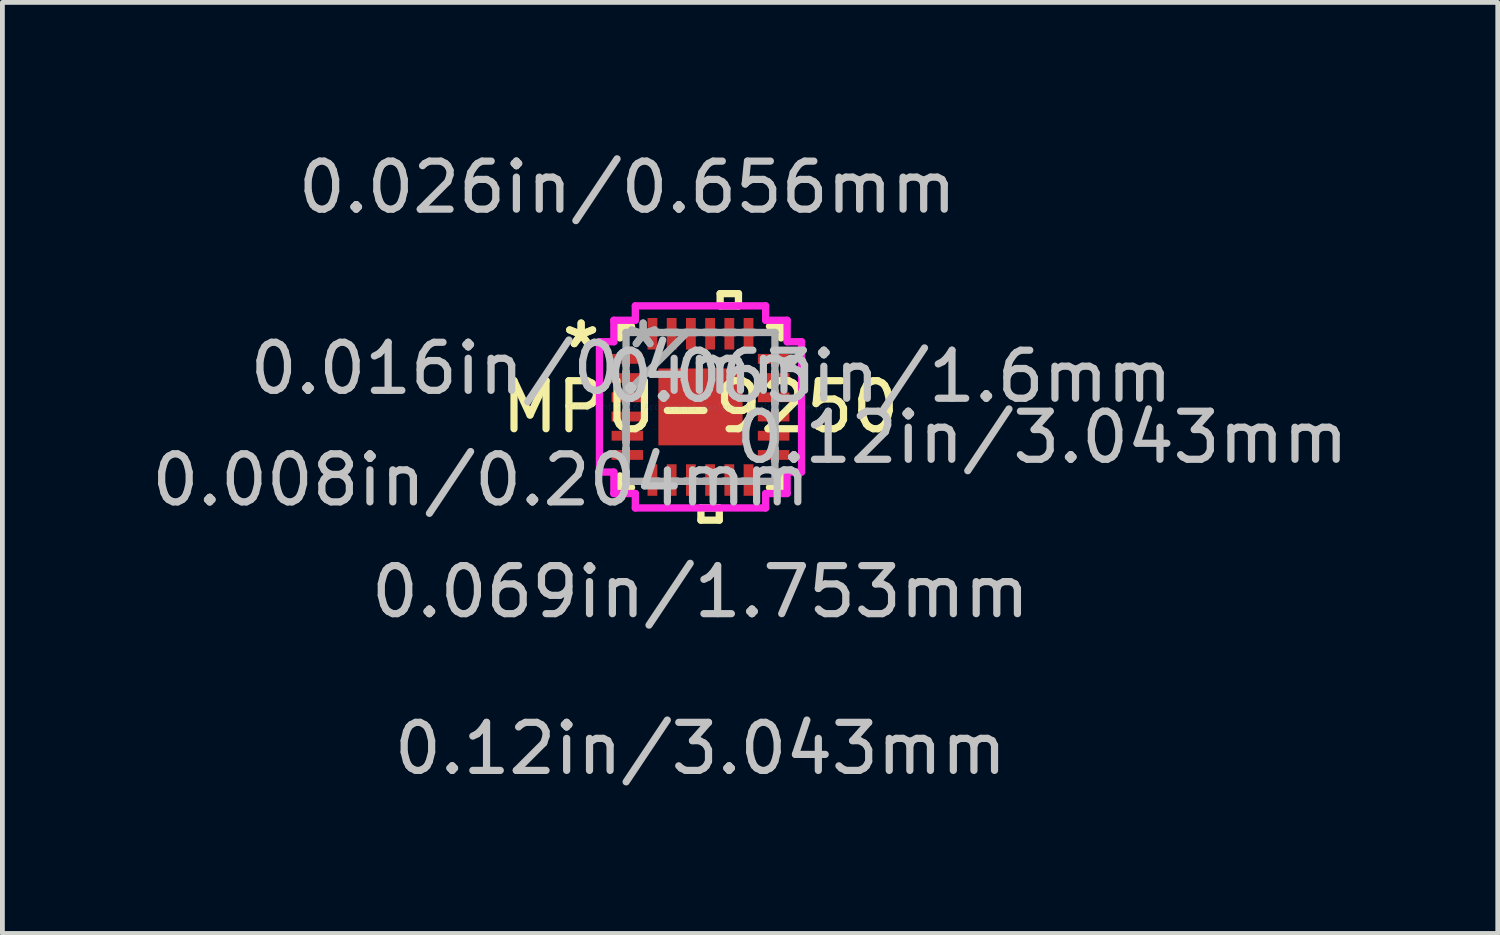
<source format=kicad_pcb>
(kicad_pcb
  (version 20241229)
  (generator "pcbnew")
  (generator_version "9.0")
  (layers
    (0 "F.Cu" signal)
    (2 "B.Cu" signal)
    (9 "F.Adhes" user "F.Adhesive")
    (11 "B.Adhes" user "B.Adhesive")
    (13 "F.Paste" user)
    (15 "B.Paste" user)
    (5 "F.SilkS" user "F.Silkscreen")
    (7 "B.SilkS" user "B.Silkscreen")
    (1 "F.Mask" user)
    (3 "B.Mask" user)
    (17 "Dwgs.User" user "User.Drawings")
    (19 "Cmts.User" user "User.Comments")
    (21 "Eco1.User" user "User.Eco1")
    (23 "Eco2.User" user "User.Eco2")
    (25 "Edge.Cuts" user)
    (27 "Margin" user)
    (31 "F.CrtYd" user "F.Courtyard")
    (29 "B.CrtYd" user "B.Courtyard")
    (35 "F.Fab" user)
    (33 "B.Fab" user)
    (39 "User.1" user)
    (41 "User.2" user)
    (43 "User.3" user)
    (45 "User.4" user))
  (footprint "MPU-9250"
    (layer "F.Cu")
    (at 11.528 5.418)
    (property "Reference" "MPU-9250" (at 0 0 0) (layer "F.SilkS") (effects (font (size 1 1) (thickness 0.15))))
    (attr through_hole)
    (fp_line (start -1.676 -1.676) (end -1.676 -1.435) (stroke (width 0.152) (type solid)) (layer "F.SilkS"))
    (fp_line (start -1.676 1.435) (end -1.676 1.676) (stroke (width 0.152) (type solid)) (layer "F.SilkS"))
    (fp_line (start -1.676 1.676) (end -1.435 1.676) (stroke (width 0.152) (type solid)) (layer "F.SilkS"))
    (fp_line (start -1.435 -1.676) (end -1.676 -1.676) (stroke (width 0.152) (type solid)) (layer "F.SilkS"))
    (fp_line (start 0.009 2.103) (end 0.009 2.357) (stroke (width 0.152) (type solid)) (layer "F.SilkS"))
    (fp_line (start 0.009 2.357) (end 0.391 2.357) (stroke (width 0.152) (type solid)) (layer "F.SilkS"))
    (fp_line (start 0.391 2.103) (end 0.009 2.103) (stroke (width 0.152) (type solid)) (layer "F.SilkS"))
    (fp_line (start 0.391 2.357) (end 0.391 2.103) (stroke (width 0.152) (type solid)) (layer "F.SilkS"))
    (fp_line (start 0.409 -2.357) (end 0.79 -2.357) (stroke (width 0.152) (type solid)) (layer "F.SilkS"))
    (fp_line (start 0.409 -2.103) (end 0.409 -2.357) (stroke (width 0.152) (type solid)) (layer "F.SilkS"))
    (fp_line (start 0.79 -2.357) (end 0.79 -2.103) (stroke (width 0.152) (type solid)) (layer "F.SilkS"))
    (fp_line (start 0.79 -2.103) (end 0.409 -2.103) (stroke (width 0.152) (type solid)) (layer "F.SilkS"))
    (fp_line (start 1.435 1.676) (end 1.676 1.676) (stroke (width 0.152) (type solid)) (layer "F.SilkS"))
    (fp_line (start 1.676 -1.676) (end 1.435 -1.676) (stroke (width 0.152) (type solid)) (layer "F.SilkS"))
    (fp_line (start 1.676 -1.435) (end 1.676 -1.676) (stroke (width 0.152) (type solid)) (layer "F.SilkS"))
    (fp_line (start 1.676 1.676) (end 1.676 1.435) (stroke (width 0.152) (type solid)) (layer "F.SilkS"))
    (fp_line (start -2.103 -1.356) (end -1.803 -1.356) (stroke (width 0.152) (type solid)) (layer "F.CrtYd"))
    (fp_line (start -2.103 1.356) (end -2.103 -1.356) (stroke (width 0.152) (type solid)) (layer "F.CrtYd"))
    (fp_line (start -1.803 -1.803) (end -1.356 -1.803) (stroke (width 0.152) (type solid)) (layer "F.CrtYd"))
    (fp_line (start -1.803 -1.356) (end -1.803 -1.803) (stroke (width 0.152) (type solid)) (layer "F.CrtYd"))
    (fp_line (start -1.803 1.356) (end -2.103 1.356) (stroke (width 0.152) (type solid)) (layer "F.CrtYd"))
    (fp_line (start -1.803 1.803) (end -1.803 1.356) (stroke (width 0.152) (type solid)) (layer "F.CrtYd"))
    (fp_line (start -1.356 -2.103) (end 1.356 -2.103) (stroke (width 0.152) (type solid)) (layer "F.CrtYd"))
    (fp_line (start -1.356 -1.803) (end -1.356 -2.103) (stroke (width 0.152) (type solid)) (layer "F.CrtYd"))
    (fp_line (start -1.356 1.803) (end -1.803 1.803) (stroke (width 0.152) (type solid)) (layer "F.CrtYd"))
    (fp_line (start -1.356 2.103) (end -1.356 1.803) (stroke (width 0.152) (type solid)) (layer "F.CrtYd"))
    (fp_line (start 1.356 -2.103) (end 1.356 -1.803) (stroke (width 0.152) (type solid)) (layer "F.CrtYd"))
    (fp_line (start 1.356 -1.803) (end 1.803 -1.803) (stroke (width 0.152) (type solid)) (layer "F.CrtYd"))
    (fp_line (start 1.356 1.803) (end 1.356 2.103) (stroke (width 0.152) (type solid)) (layer "F.CrtYd"))
    (fp_line (start 1.356 2.103) (end -1.356 2.103) (stroke (width 0.152) (type solid)) (layer "F.CrtYd"))
    (fp_line (start 1.803 -1.803) (end 1.803 -1.356) (stroke (width 0.152) (type solid)) (layer "F.CrtYd"))
    (fp_line (start 1.803 -1.356) (end 2.103 -1.356) (stroke (width 0.152) (type solid)) (layer "F.CrtYd"))
    (fp_line (start 1.803 1.356) (end 1.803 1.803) (stroke (width 0.152) (type solid)) (layer "F.CrtYd"))
    (fp_line (start 1.803 1.803) (end 1.356 1.803) (stroke (width 0.152) (type solid)) (layer "F.CrtYd"))
    (fp_line (start 2.103 -1.356) (end 2.103 1.356) (stroke (width 0.152) (type solid)) (layer "F.CrtYd"))
    (fp_line (start 2.103 1.356) (end 1.803 1.356) (stroke (width 0.152) (type solid)) (layer "F.CrtYd"))
    (fp_line (start -1.549 -1.549) (end -1.549 -1.549) (stroke (width 0.152) (type solid)) (layer "F.Fab"))
    (fp_line (start -1.549 -1.549) (end -1.549 1.549) (stroke (width 0.152) (type solid)) (layer "F.Fab"))
    (fp_line (start -1.549 -1.127) (end -1.549 -1.127) (stroke (width 0.152) (type solid)) (layer "F.Fab"))
    (fp_line (start -1.549 -1.127) (end -1.549 -0.873) (stroke (width 0.152) (type solid)) (layer "F.Fab"))
    (fp_line (start -1.549 -0.873) (end -1.549 -1.127) (stroke (width 0.152) (type solid)) (layer "F.Fab"))
    (fp_line (start -1.549 -0.873) (end -1.549 -0.873) (stroke (width 0.152) (type solid)) (layer "F.Fab"))
    (fp_line (start -1.549 -0.727) (end -1.549 -0.727) (stroke (width 0.152) (type solid)) (layer "F.Fab"))
    (fp_line (start -1.549 -0.727) (end -1.549 -0.473) (stroke (width 0.152) (type solid)) (layer "F.Fab"))
    (fp_line (start -1.549 -0.473) (end -1.549 -0.727) (stroke (width 0.152) (type solid)) (layer "F.Fab"))
    (fp_line (start -1.549 -0.473) (end -1.549 -0.473) (stroke (width 0.152) (type solid)) (layer "F.Fab"))
    (fp_line (start -1.549 -0.327) (end -1.549 -0.327) (stroke (width 0.152) (type solid)) (layer "F.Fab"))
    (fp_line (start -1.549 -0.327) (end -1.549 -0.073) (stroke (width 0.152) (type solid)) (layer "F.Fab"))
    (fp_line (start -1.549 -0.279) (end -0.279 -1.549) (stroke (width 0.152) (type solid)) (layer "F.Fab"))
    (fp_line (start -1.549 -0.073) (end -1.549 -0.327) (stroke (width 0.152) (type solid)) (layer "F.Fab"))
    (fp_line (start -1.549 -0.073) (end -1.549 -0.073) (stroke (width 0.152) (type solid)) (layer "F.Fab"))
    (fp_line (start -1.549 0.073) (end -1.549 0.073) (stroke (width 0.152) (type solid)) (layer "F.Fab"))
    (fp_line (start -1.549 0.073) (end -1.549 0.327) (stroke (width 0.152) (type solid)) (layer "F.Fab"))
    (fp_line (start -1.549 0.327) (end -1.549 0.073) (stroke (width 0.152) (type solid)) (layer "F.Fab"))
    (fp_line (start -1.549 0.327) (end -1.549 0.327) (stroke (width 0.152) (type solid)) (layer "F.Fab"))
    (fp_line (start -1.549 0.473) (end -1.549 0.473) (stroke (width 0.152) (type solid)) (layer "F.Fab"))
    (fp_line (start -1.549 0.473) (end -1.549 0.727) (stroke (width 0.152) (type solid)) (layer "F.Fab"))
    (fp_line (start -1.549 0.727) (end -1.549 0.473) (stroke (width 0.152) (type solid)) (layer "F.Fab"))
    (fp_line (start -1.549 0.727) (end -1.549 0.727) (stroke (width 0.152) (type solid)) (layer "F.Fab"))
    (fp_line (start -1.549 0.873) (end -1.549 0.873) (stroke (width 0.152) (type solid)) (layer "F.Fab"))
    (fp_line (start -1.549 0.873) (end -1.549 1.127) (stroke (width 0.152) (type solid)) (layer "F.Fab"))
    (fp_line (start -1.549 1.127) (end -1.549 0.873) (stroke (width 0.152) (type solid)) (layer "F.Fab"))
    (fp_line (start -1.549 1.127) (end -1.549 1.127) (stroke (width 0.152) (type solid)) (layer "F.Fab"))
    (fp_line (start -1.549 1.549) (end -1.549 1.549) (stroke (width 0.152) (type solid)) (layer "F.Fab"))
    (fp_line (start -1.549 1.549) (end 1.549 1.549) (stroke (width 0.152) (type solid)) (layer "F.Fab"))
    (fp_line (start -1.127 -1.549) (end -1.127 -1.549) (stroke (width 0.152) (type solid)) (layer "F.Fab"))
    (fp_line (start -1.127 -1.549) (end -0.873 -1.549) (stroke (width 0.152) (type solid)) (layer "F.Fab"))
    (fp_line (start -1.127 1.549) (end -1.127 1.549) (stroke (width 0.152) (type solid)) (layer "F.Fab"))
    (fp_line (start -1.127 1.549) (end -0.873 1.549) (stroke (width 0.152) (type solid)) (layer "F.Fab"))
    (fp_line (start -0.873 -1.549) (end -1.127 -1.549) (stroke (width 0.152) (type solid)) (layer "F.Fab"))
    (fp_line (start -0.873 -1.549) (end -0.873 -1.549) (stroke (width 0.152) (type solid)) (layer "F.Fab"))
    (fp_line (start -0.873 1.549) (end -1.127 1.549) (stroke (width 0.152) (type solid)) (layer "F.Fab"))
    (fp_line (start -0.873 1.549) (end -0.873 1.549) (stroke (width 0.152) (type solid)) (layer "F.Fab"))
    (fp_line (start -0.727 -1.549) (end -0.727 -1.549) (stroke (width 0.152) (type solid)) (layer "F.Fab"))
    (fp_line (start -0.727 -1.549) (end -0.473 -1.549) (stroke (width 0.152) (type solid)) (layer "F.Fab"))
    (fp_line (start -0.727 1.549) (end -0.727 1.549) (stroke (width 0.152) (type solid)) (layer "F.Fab"))
    (fp_line (start -0.727 1.549) (end -0.473 1.549) (stroke (width 0.152) (type solid)) (layer "F.Fab"))
    (fp_line (start -0.473 -1.549) (end -0.727 -1.549) (stroke (width 0.152) (type solid)) (layer "F.Fab"))
    (fp_line (start -0.473 -1.549) (end -0.473 -1.549) (stroke (width 0.152) (type solid)) (layer "F.Fab"))
    (fp_line (start -0.473 1.549) (end -0.727 1.549) (stroke (width 0.152) (type solid)) (layer "F.Fab"))
    (fp_line (start -0.473 1.549) (end -0.473 1.549) (stroke (width 0.152) (type solid)) (layer "F.Fab"))
    (fp_line (start -0.327 -1.549) (end -0.327 -1.549) (stroke (width 0.152) (type solid)) (layer "F.Fab"))
    (fp_line (start -0.327 -1.549) (end -0.073 -1.549) (stroke (width 0.152) (type solid)) (layer "F.Fab"))
    (fp_line (start -0.327 1.549) (end -0.327 1.549) (stroke (width 0.152) (type solid)) (layer "F.Fab"))
    (fp_line (start -0.327 1.549) (end -0.073 1.549) (stroke (width 0.152) (type solid)) (layer "F.Fab"))
    (fp_line (start -0.073 -1.549) (end -0.327 -1.549) (stroke (width 0.152) (type solid)) (layer "F.Fab"))
    (fp_line (start -0.073 -1.549) (end -0.073 -1.549) (stroke (width 0.152) (type solid)) (layer "F.Fab"))
    (fp_line (start -0.073 1.549) (end -0.327 1.549) (stroke (width 0.152) (type solid)) (layer "F.Fab"))
    (fp_line (start -0.073 1.549) (end -0.073 1.549) (stroke (width 0.152) (type solid)) (layer "F.Fab"))
    (fp_line (start 0.073 -1.549) (end 0.073 -1.549) (stroke (width 0.152) (type solid)) (layer "F.Fab"))
    (fp_line (start 0.073 -1.549) (end 0.327 -1.549) (stroke (width 0.152) (type solid)) (layer "F.Fab"))
    (fp_line (start 0.073 1.549) (end 0.073 1.549) (stroke (width 0.152) (type solid)) (layer "F.Fab"))
    (fp_line (start 0.073 1.549) (end 0.327 1.549) (stroke (width 0.152) (type solid)) (layer "F.Fab"))
    (fp_line (start 0.327 -1.549) (end 0.073 -1.549) (stroke (width 0.152) (type solid)) (layer "F.Fab"))
    (fp_line (start 0.327 -1.549) (end 0.327 -1.549) (stroke (width 0.152) (type solid)) (layer "F.Fab"))
    (fp_line (start 0.327 1.549) (end 0.073 1.549) (stroke (width 0.152) (type solid)) (layer "F.Fab"))
    (fp_line (start 0.327 1.549) (end 0.327 1.549) (stroke (width 0.152) (type solid)) (layer "F.Fab"))
    (fp_line (start 0.473 -1.549) (end 0.473 -1.549) (stroke (width 0.152) (type solid)) (layer "F.Fab"))
    (fp_line (start 0.473 -1.549) (end 0.727 -1.549) (stroke (width 0.152) (type solid)) (layer "F.Fab"))
    (fp_line (start 0.473 1.549) (end 0.473 1.549) (stroke (width 0.152) (type solid)) (layer "F.Fab"))
    (fp_line (start 0.473 1.549) (end 0.727 1.549) (stroke (width 0.152) (type solid)) (layer "F.Fab"))
    (fp_line (start 0.727 -1.549) (end 0.473 -1.549) (stroke (width 0.152) (type solid)) (layer "F.Fab"))
    (fp_line (start 0.727 -1.549) (end 0.727 -1.549) (stroke (width 0.152) (type solid)) (layer "F.Fab"))
    (fp_line (start 0.727 1.549) (end 0.473 1.549) (stroke (width 0.152) (type solid)) (layer "F.Fab"))
    (fp_line (start 0.727 1.549) (end 0.727 1.549) (stroke (width 0.152) (type solid)) (layer "F.Fab"))
    (fp_line (start 0.873 -1.549) (end 0.873 -1.549) (stroke (width 0.152) (type solid)) (layer "F.Fab"))
    (fp_line (start 0.873 -1.549) (end 1.127 -1.549) (stroke (width 0.152) (type solid)) (layer "F.Fab"))
    (fp_line (start 0.873 1.549) (end 0.873 1.549) (stroke (width 0.152) (type solid)) (layer "F.Fab"))
    (fp_line (start 0.873 1.549) (end 1.127 1.549) (stroke (width 0.152) (type solid)) (layer "F.Fab"))
    (fp_line (start 1.127 -1.549) (end 0.873 -1.549) (stroke (width 0.152) (type solid)) (layer "F.Fab"))
    (fp_line (start 1.127 -1.549) (end 1.127 -1.549) (stroke (width 0.152) (type solid)) (layer "F.Fab"))
    (fp_line (start 1.127 1.549) (end 0.873 1.549) (stroke (width 0.152) (type solid)) (layer "F.Fab"))
    (fp_line (start 1.127 1.549) (end 1.127 1.549) (stroke (width 0.152) (type solid)) (layer "F.Fab"))
    (fp_line (start 1.549 -1.549) (end -1.549 -1.549) (stroke (width 0.152) (type solid)) (layer "F.Fab"))
    (fp_line (start 1.549 -1.549) (end 1.549 -1.549) (stroke (width 0.152) (type solid)) (layer "F.Fab"))
    (fp_line (start 1.549 -1.127) (end 1.549 -1.127) (stroke (width 0.152) (type solid)) (layer "F.Fab"))
    (fp_line (start 1.549 -1.127) (end 1.549 -0.873) (stroke (width 0.152) (type solid)) (layer "F.Fab"))
    (fp_line (start 1.549 -0.873) (end 1.549 -1.127) (stroke (width 0.152) (type solid)) (layer "F.Fab"))
    (fp_line (start 1.549 -0.873) (end 1.549 -0.873) (stroke (width 0.152) (type solid)) (layer "F.Fab"))
    (fp_line (start 1.549 -0.727) (end 1.549 -0.727) (stroke (width 0.152) (type solid)) (layer "F.Fab"))
    (fp_line (start 1.549 -0.727) (end 1.549 -0.473) (stroke (width 0.152) (type solid)) (layer "F.Fab"))
    (fp_line (start 1.549 -0.473) (end 1.549 -0.727) (stroke (width 0.152) (type solid)) (layer "F.Fab"))
    (fp_line (start 1.549 -0.473) (end 1.549 -0.473) (stroke (width 0.152) (type solid)) (layer "F.Fab"))
    (fp_line (start 1.549 -0.327) (end 1.549 -0.327) (stroke (width 0.152) (type solid)) (layer "F.Fab"))
    (fp_line (start 1.549 -0.327) (end 1.549 -0.073) (stroke (width 0.152) (type solid)) (layer "F.Fab"))
    (fp_line (start 1.549 -0.073) (end 1.549 -0.327) (stroke (width 0.152) (type solid)) (layer "F.Fab"))
    (fp_line (start 1.549 -0.073) (end 1.549 -0.073) (stroke (width 0.152) (type solid)) (layer "F.Fab"))
    (fp_line (start 1.549 0.073) (end 1.549 0.073) (stroke (width 0.152) (type solid)) (layer "F.Fab"))
    (fp_line (start 1.549 0.073) (end 1.549 0.327) (stroke (width 0.152) (type solid)) (layer "F.Fab"))
    (fp_line (start 1.549 0.327) (end 1.549 0.073) (stroke (width 0.152) (type solid)) (layer "F.Fab"))
    (fp_line (start 1.549 0.327) (end 1.549 0.327) (stroke (width 0.152) (type solid)) (layer "F.Fab"))
    (fp_line (start 1.549 0.473) (end 1.549 0.473) (stroke (width 0.152) (type solid)) (layer "F.Fab"))
    (fp_line (start 1.549 0.473) (end 1.549 0.727) (stroke (width 0.152) (type solid)) (layer "F.Fab"))
    (fp_line (start 1.549 0.727) (end 1.549 0.473) (stroke (width 0.152) (type solid)) (layer "F.Fab"))
    (fp_line (start 1.549 0.727) (end 1.549 0.727) (stroke (width 0.152) (type solid)) (layer "F.Fab"))
    (fp_line (start 1.549 0.873) (end 1.549 0.873) (stroke (width 0.152) (type solid)) (layer "F.Fab"))
    (fp_line (start 1.549 0.873) (end 1.549 1.127) (stroke (width 0.152) (type solid)) (layer "F.Fab"))
    (fp_line (start 1.549 1.127) (end 1.549 0.873) (stroke (width 0.152) (type solid)) (layer "F.Fab"))
    (fp_line (start 1.549 1.127) (end 1.549 1.127) (stroke (width 0.152) (type solid)) (layer "F.Fab"))
    (fp_line (start 1.549 1.549) (end 1.549 -1.549) (stroke (width 0.152) (type solid)) (layer "F.Fab"))
    (fp_line (start 1.549 1.549) (end 1.549 1.549) (stroke (width 0.152) (type solid)) (layer "F.Fab"))
    (fp_text user "*" (at -2.484 -1.2 0) (layer "F.SilkS") (effects (font (size 1 1) (thickness 0.15))))
    (fp_text user "*" (at -2.484 -1.2 0) (layer "F.SilkS") (effects (font (size 1 1) (thickness 0.15))))
    (fp_text user "0.069in/1.753mm" (at 0 3.848 0) (layer "Dwgs.User") (effects (font (size 1 1) (thickness 0.15))))
    (fp_text user "0.026in/0.656mm" (at -1.522 -4.57 0) (layer "Dwgs.User") (effects (font (size 1 1) (thickness 0.15))))
    (fp_text user "0.016in/0.4mm" (at -3.477 -0.8 0) (layer "Dwgs.User") (effects (font (size 1 1) (thickness 0.15))))
    (fp_text user "0.008in/0.204mm" (at -4.57 1.522 0) (layer "Dwgs.User") (effects (font (size 1 1) (thickness 0.15))))
    (fp_text user "0.12in/3.043mm" (at 7.11 0.635 0) (layer "Dwgs.User") (effects (font (size 1 1) (thickness 0.15))))
    (fp_text user "0.12in/3.043mm" (at 0 7.11 0) (layer "Dwgs.User") (effects (font (size 1 1) (thickness 0.15))))
    (fp_text user "0.063in/1.6mm" (at 3.924 -0.635 0) (layer "Dwgs.User") (effects (font (size 1 1) (thickness 0.15))))
    (fp_text user "Copyright 2016 Accelerated Designs. All rights reserved." (at 0 0 0) (layer "Cmts.User") (effects (font (size 0.127 0.127) (thickness 0.002))))
    (fp_text user "*" (at -1.194 -1.2 0) (layer "F.Fab") (effects (font (size 1 1) (thickness 0.15))))
    (fp_text user "*" (at -1.194 -1.2 0) (layer "F.Fab") (effects (font (size 1 1) (thickness 0.15))))
    (pad "1" smd rect (at -1.522 -1 90) (size 0.204 0.656) (layers "F.Cu" "F.Mask" "F.Paste"))
    (pad "2" smd rect (at -1.522 -0.6 90) (size 0.204 0.656) (layers "F.Cu" "F.Mask" "F.Paste"))
    (pad "3" smd rect (at -1.522 -0.2 90) (size 0.204 0.656) (layers "F.Cu" "F.Mask" "F.Paste"))
    (pad "4" smd rect (at -1.522 0.2 90) (size 0.204 0.656) (layers "F.Cu" "F.Mask" "F.Paste"))
    (pad "5" smd rect (at -1.522 0.6 90) (size 0.204 0.656) (layers "F.Cu" "F.Mask" "F.Paste"))
    (pad "6" smd rect (at -1.522 1 90) (size 0.204 0.656) (layers "F.Cu" "F.Mask" "F.Paste"))
    (pad "7" smd rect (at -1 1.522) (size 0.204 0.656) (layers "F.Cu" "F.Mask" "F.Paste"))
    (pad "8" smd rect (at -0.6 1.522) (size 0.204 0.656) (layers "F.Cu" "F.Mask" "F.Paste"))
    (pad "9" smd rect (at -0.2 1.522) (size 0.204 0.656) (layers "F.Cu" "F.Mask" "F.Paste"))
    (pad "10" smd rect (at 0.2 1.522) (size 0.204 0.656) (layers "F.Cu" "F.Mask" "F.Paste"))
    (pad "11" smd rect (at 0.6 1.522) (size 0.204 0.656) (layers "F.Cu" "F.Mask" "F.Paste"))
    (pad "12" smd rect (at 1 1.522) (size 0.204 0.656) (layers "F.Cu" "F.Mask" "F.Paste"))
    (pad "13" smd rect (at 1.522 1 90) (size 0.204 0.656) (layers "F.Cu" "F.Mask" "F.Paste"))
    (pad "14" smd rect (at 1.522 0.6 90) (size 0.204 0.656) (layers "F.Cu" "F.Mask" "F.Paste"))
    (pad "15" smd rect (at 1.522 0.2 90) (size 0.204 0.656) (layers "F.Cu" "F.Mask" "F.Paste"))
    (pad "16" smd rect (at 1.522 -0.2 90) (size 0.204 0.656) (layers "F.Cu" "F.Mask" "F.Paste"))
    (pad "17" smd rect (at 1.522 -0.6 90) (size 0.204 0.656) (layers "F.Cu" "F.Mask" "F.Paste"))
    (pad "18" smd rect (at 1.522 -1 90) (size 0.204 0.656) (layers "F.Cu" "F.Mask" "F.Paste"))
    (pad "19" smd rect (at 1 -1.522) (size 0.204 0.656) (layers "F.Cu" "F.Mask" "F.Paste"))
    (pad "20" smd rect (at 0.6 -1.522) (size 0.204 0.656) (layers "F.Cu" "F.Mask" "F.Paste"))
    (pad "21" smd rect (at 0.2 -1.522) (size 0.204 0.656) (layers "F.Cu" "F.Mask" "F.Paste"))
    (pad "22" smd rect (at -0.2 -1.522) (size 0.204 0.656) (layers "F.Cu" "F.Mask" "F.Paste"))
    (pad "23" smd rect (at -0.6 -1.522) (size 0.204 0.656) (layers "F.Cu" "F.Mask" "F.Paste"))
    (pad "24" smd rect (at -1 -1.522) (size 0.204 0.656) (layers "F.Cu" "F.Mask" "F.Paste"))
    (pad "25" smd rect (at 0 0) (size 1.753 1.6) (layers "F.Cu" "F.Mask" "F.Paste")))
  (gr_rect
    (start -3 -3)
    (end 28.12 16.376)
    (stroke (width 0.1) (type default))
    (fill no)
    (layer "Edge.Cuts")))
</source>
